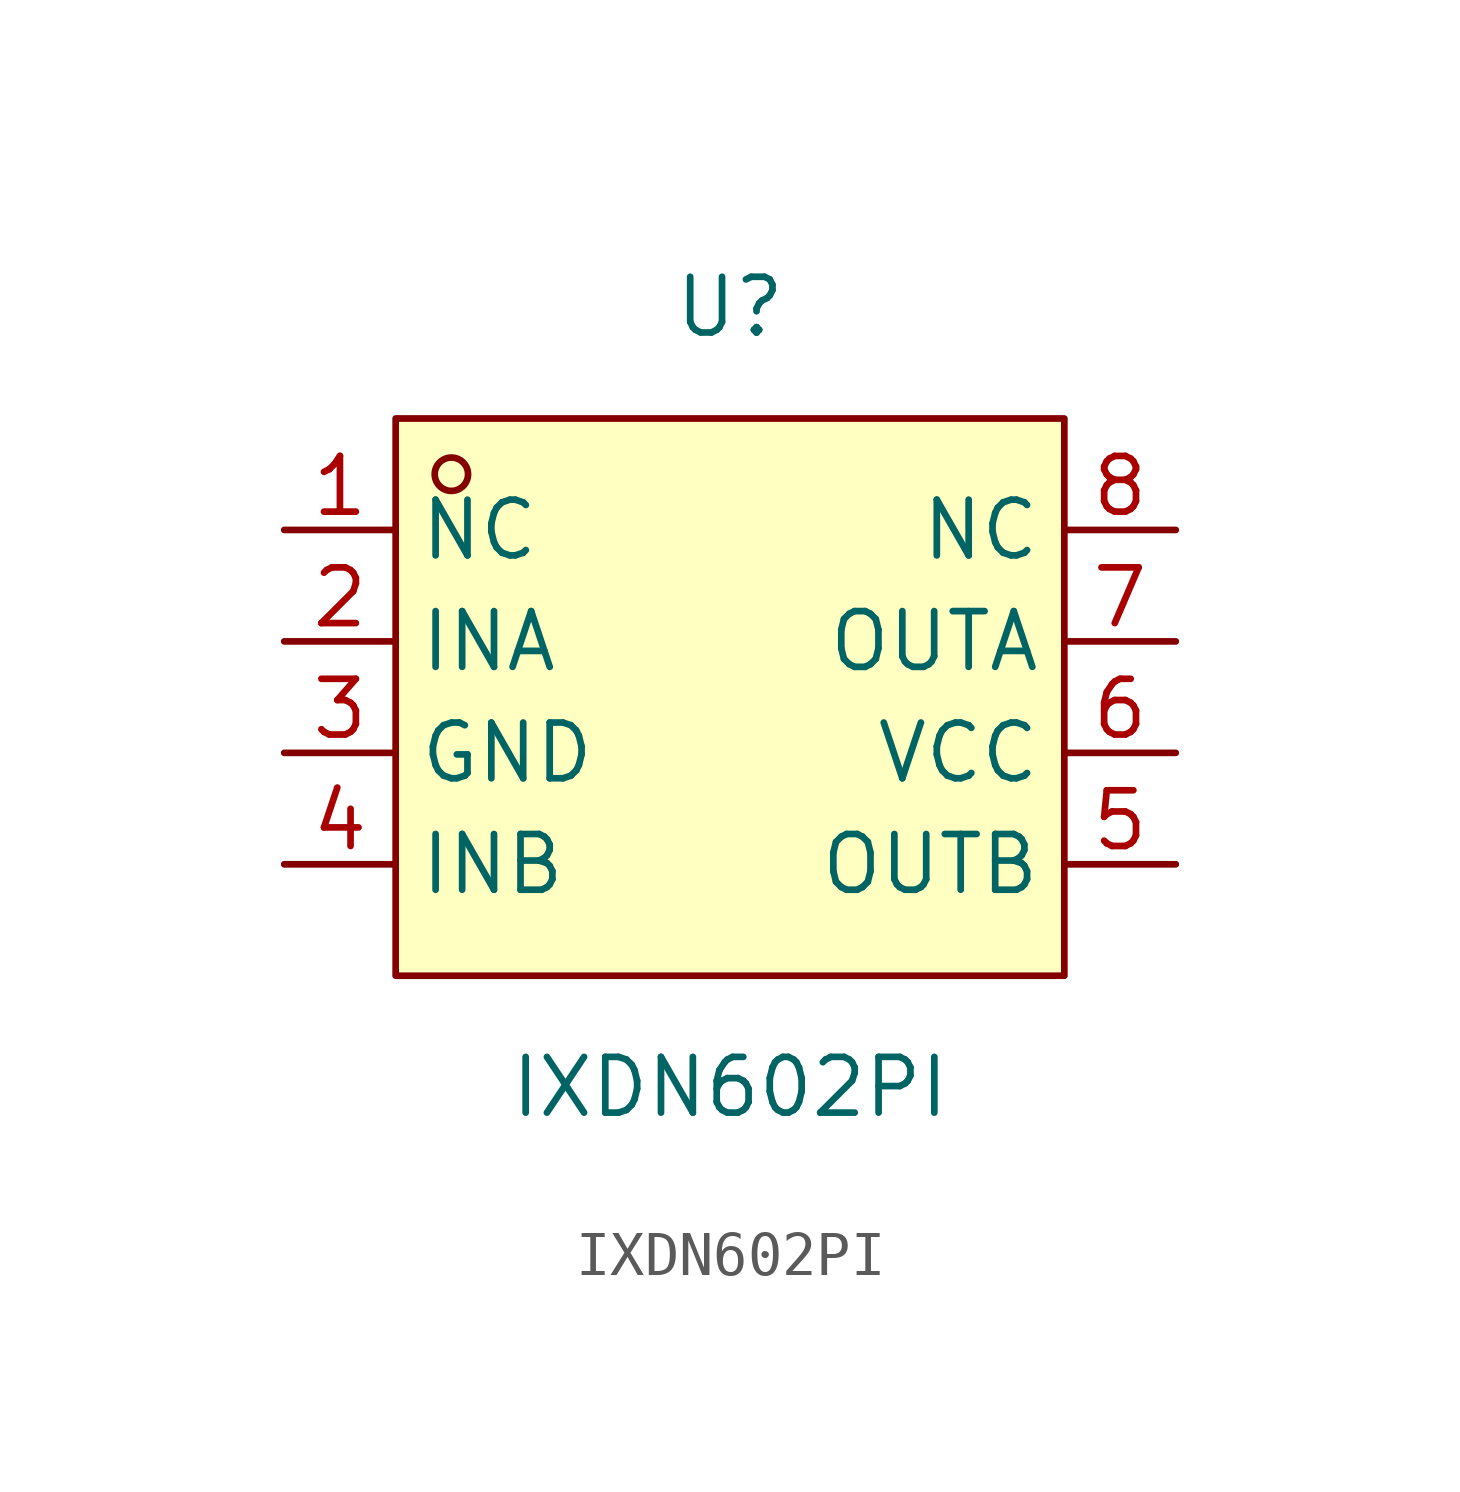
<source format=kicad_sym>
(kicad_symbol_lib
  (version 20211014)
  (generator https://github.com/uPesy/easyeda2kicad.py)
  (symbol "IXDN602PI"
    (property "Reference" "U"
      (at 0 8.89 0)
      (effects (font (size 1.27 1.27))))
    (property "Value" "IXDN602PI"
      (at 0 -8.89 0)
      (effects (font (size 1.27 1.27))))
    (symbol "IXDN602PI_0_1"
      (rectangle (start -7.62 6.35) (end 7.62 -6.35) (stroke (width 0) (type default) (color 0 0 0 0)) (fill (type background)))
      (circle (center -6.35 5.08) (radius 0.38) (stroke (width 0) (type default) (color 0 0 0 0)) (fill (type none)))
      (pin unspecified line (at -10.16 3.81 0) (length 2.54) (name "NC" (effects (font (size 1.27 1.27)))) (number "1" (effects (font (size 1.27 1.27)))))
      (pin unspecified line (at -10.16 1.27 0) (length 2.54) (name "INA" (effects (font (size 1.27 1.27)))) (number "2" (effects (font (size 1.27 1.27)))))
      (pin unspecified line (at -10.16 -1.27 0) (length 2.54) (name "GND" (effects (font (size 1.27 1.27)))) (number "3" (effects (font (size 1.27 1.27)))))
      (pin unspecified line (at -10.16 -3.81 0) (length 2.54) (name "INB" (effects (font (size 1.27 1.27)))) (number "4" (effects (font (size 1.27 1.27)))))
      (pin unspecified line (at 10.16 -3.81 180) (length 2.54) (name "OUTB" (effects (font (size 1.27 1.27)))) (number "5" (effects (font (size 1.27 1.27)))))
      (pin unspecified line (at 10.16 -1.27 180) (length 2.54) (name "VCC" (effects (font (size 1.27 1.27)))) (number "6" (effects (font (size 1.27 1.27)))))
      (pin unspecified line (at 10.16 1.27 180) (length 2.54) (name "OUTA" (effects (font (size 1.27 1.27)))) (number "7" (effects (font (size 1.27 1.27)))))
      (pin unspecified line (at 10.16 3.81 180) (length 2.54) (name "NC" (effects (font (size 1.27 1.27)))) (number "8" (effects (font (size 1.27 1.27))))))))
</source>
